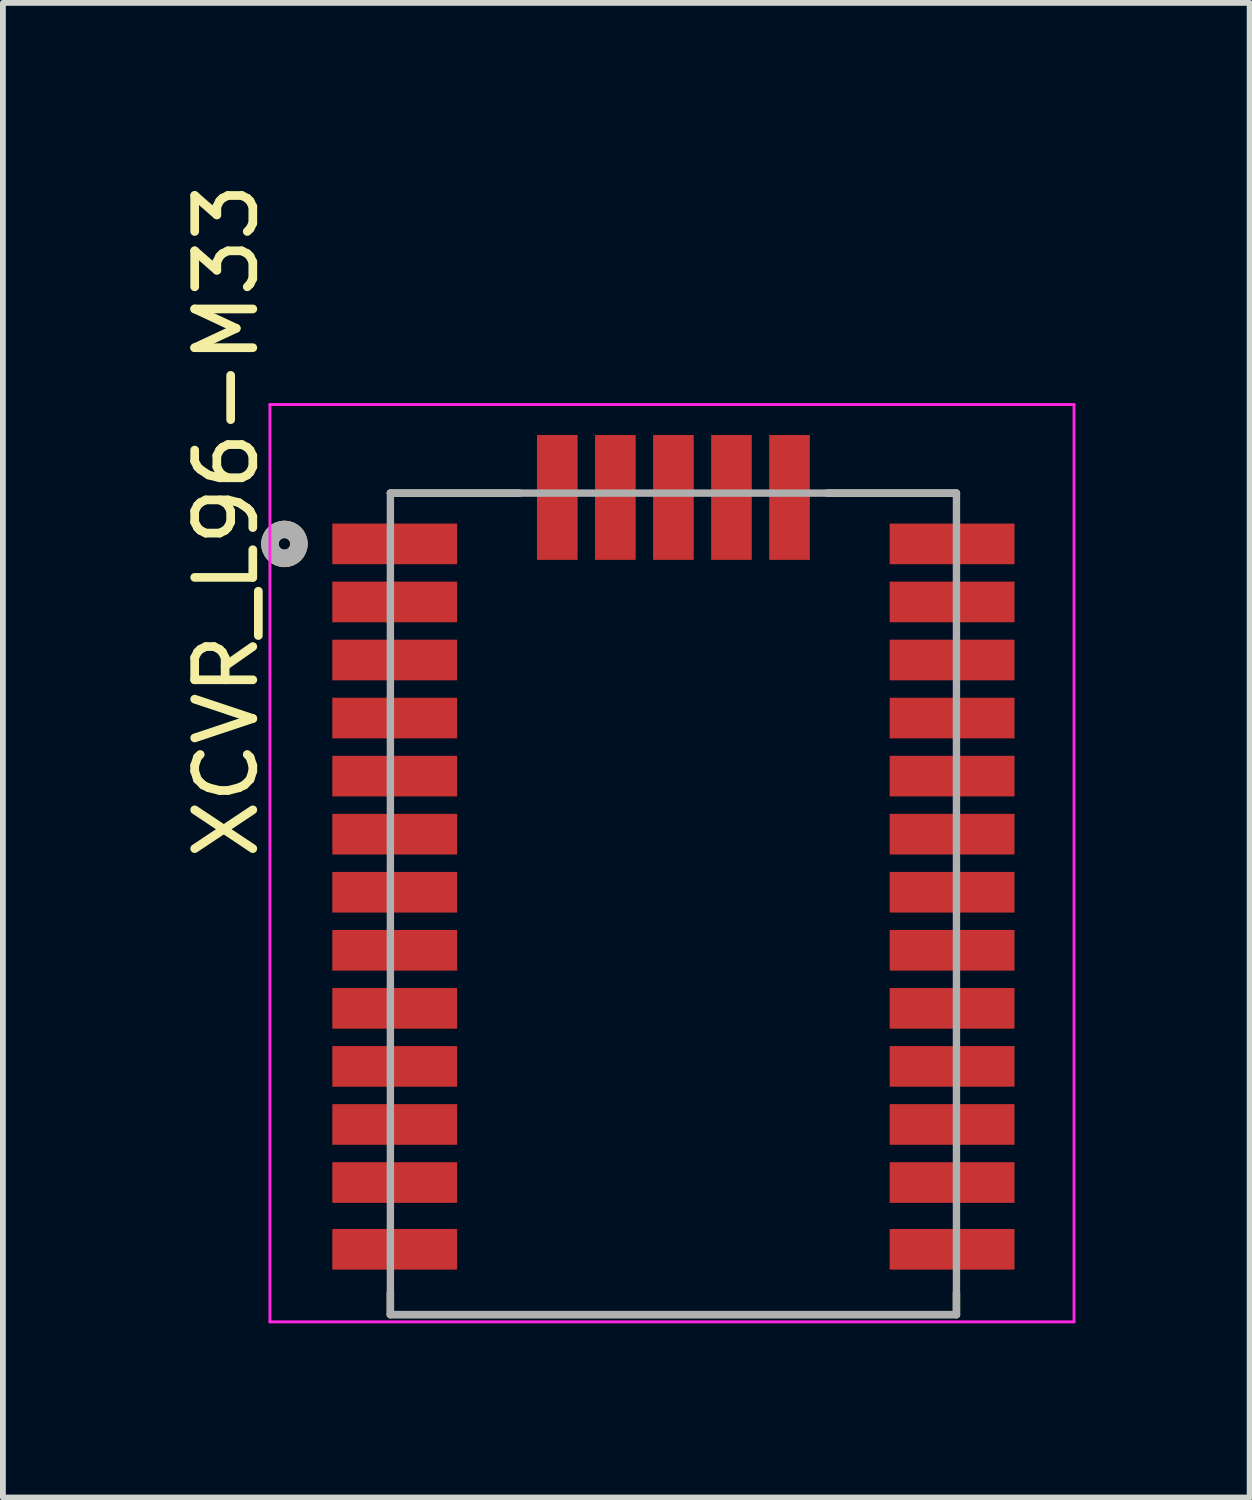
<source format=kicad_pcb>
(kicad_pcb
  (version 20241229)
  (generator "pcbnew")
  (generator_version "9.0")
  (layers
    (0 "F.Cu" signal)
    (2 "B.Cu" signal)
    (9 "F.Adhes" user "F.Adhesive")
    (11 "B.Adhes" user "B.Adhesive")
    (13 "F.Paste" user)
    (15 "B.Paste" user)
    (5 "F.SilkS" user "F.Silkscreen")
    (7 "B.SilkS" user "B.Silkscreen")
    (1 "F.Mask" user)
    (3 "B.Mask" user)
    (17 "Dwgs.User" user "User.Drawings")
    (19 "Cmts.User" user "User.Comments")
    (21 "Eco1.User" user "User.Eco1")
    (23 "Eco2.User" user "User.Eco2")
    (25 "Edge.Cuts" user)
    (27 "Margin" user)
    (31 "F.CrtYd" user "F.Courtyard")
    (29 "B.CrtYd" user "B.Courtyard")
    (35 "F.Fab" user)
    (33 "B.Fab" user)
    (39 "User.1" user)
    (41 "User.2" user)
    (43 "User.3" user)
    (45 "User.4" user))
  (footprint "XCVR_L96-M33"
    (layer "F.Cu")
    (at 8.549 12.518)
    (property "Reference" "XCVR_L96-M33" (at -7.7 -6.6 90) (layer "F.SilkS") (effects (font (size 1.001 1.001) (thickness 0.15))))
    (attr smd)
    (fp_line (start -4.875 -7.075) (end -2.65 -7.075) (stroke (width 0.127) (type solid)) (layer "F.SilkS"))
    (fp_line (start -4.875 6.7) (end -4.875 7.075) (stroke (width 0.127) (type solid)) (layer "F.SilkS"))
    (fp_line (start -4.875 7.075) (end 4.875 7.075) (stroke (width 0.127) (type solid)) (layer "F.SilkS"))
    (fp_line (start 2.65 -7.075) (end 4.875 -7.075) (stroke (width 0.127) (type solid)) (layer "F.SilkS"))
    (fp_line (start 4.875 7.075) (end 4.875 6.7) (stroke (width 0.127) (type solid)) (layer "F.SilkS"))
    (fp_circle (center -6.7 -6.2) (end -6.6 -6.2) (stroke (width 0.3) (type solid)) (fill no) (layer "F.SilkS"))
    (fp_poly (pts (xy -6.275 -6.55) (xy -3.825 -6.55) (xy -3.825 -5.85) (xy -6.275 -5.85)) (stroke (width 0.01) (type solid)) (fill yes) (layer "F.Paste"))
    (fp_poly (pts (xy -6.275 -5.55) (xy -3.825 -5.55) (xy -3.825 -4.85) (xy -6.275 -4.85)) (stroke (width 0.01) (type solid)) (fill yes) (layer "F.Paste"))
    (fp_poly (pts (xy -6.275 -4.55) (xy -3.825 -4.55) (xy -3.825 -3.85) (xy -6.275 -3.85)) (stroke (width 0.01) (type solid)) (fill yes) (layer "F.Paste"))
    (fp_poly (pts (xy -6.275 -3.55) (xy -3.825 -3.55) (xy -3.825 -2.85) (xy -6.275 -2.85)) (stroke (width 0.01) (type solid)) (fill yes) (layer "F.Paste"))
    (fp_poly (pts (xy -6.275 -2.55) (xy -3.825 -2.55) (xy -3.825 -1.85) (xy -6.275 -1.85)) (stroke (width 0.01) (type solid)) (fill yes) (layer "F.Paste"))
    (fp_poly (pts (xy -6.275 -1.55) (xy -3.825 -1.55) (xy -3.825 -0.85) (xy -6.275 -0.85)) (stroke (width 0.01) (type solid)) (fill yes) (layer "F.Paste"))
    (fp_poly (pts (xy -6.275 -0.55) (xy -3.825 -0.55) (xy -3.825 0.15) (xy -6.275 0.15)) (stroke (width 0.01) (type solid)) (fill yes) (layer "F.Paste"))
    (fp_poly (pts (xy -6.275 0.45) (xy -3.825 0.45) (xy -3.825 1.15) (xy -6.275 1.15)) (stroke (width 0.01) (type solid)) (fill yes) (layer "F.Paste"))
    (fp_poly (pts (xy -6.275 1.45) (xy -3.825 1.45) (xy -3.825 2.15) (xy -6.275 2.15)) (stroke (width 0.01) (type solid)) (fill yes) (layer "F.Paste"))
    (fp_poly (pts (xy -6.275 2.45) (xy -3.825 2.45) (xy -3.825 3.15) (xy -6.275 3.15)) (stroke (width 0.01) (type solid)) (fill yes) (layer "F.Paste"))
    (fp_poly (pts (xy -6.275 3.45) (xy -3.825 3.45) (xy -3.825 4.15) (xy -6.275 4.15)) (stroke (width 0.01) (type solid)) (fill yes) (layer "F.Paste"))
    (fp_poly (pts (xy -6.275 4.45) (xy -3.825 4.45) (xy -3.825 5.15) (xy -6.275 5.15)) (stroke (width 0.01) (type solid)) (fill yes) (layer "F.Paste"))
    (fp_poly (pts (xy -6.275 5.6) (xy -3.825 5.6) (xy -3.825 6.3) (xy -6.275 6.3)) (stroke (width 0.01) (type solid)) (fill yes) (layer "F.Paste"))
    (fp_poly (pts (xy -2.35 -8.475) (xy -1.65 -8.475) (xy -1.65 -6.025) (xy -2.35 -6.025)) (stroke (width 0.01) (type solid)) (fill yes) (layer "F.Paste"))
    (fp_poly (pts (xy -1.35 -8.475) (xy -0.65 -8.475) (xy -0.65 -6.025) (xy -1.35 -6.025)) (stroke (width 0.01) (type solid)) (fill yes) (layer "F.Paste"))
    (fp_poly (pts (xy -0.35 -8.475) (xy 0.35 -8.475) (xy 0.35 -6.025) (xy -0.35 -6.025)) (stroke (width 0.01) (type solid)) (fill yes) (layer "F.Paste"))
    (fp_poly (pts (xy 0.65 -8.475) (xy 1.35 -8.475) (xy 1.35 -6.025) (xy 0.65 -6.025)) (stroke (width 0.01) (type solid)) (fill yes) (layer "F.Paste"))
    (fp_poly (pts (xy 1.65 -8.475) (xy 2.35 -8.475) (xy 2.35 -6.025) (xy 1.65 -6.025)) (stroke (width 0.01) (type solid)) (fill yes) (layer "F.Paste"))
    (fp_poly (pts (xy 3.825 -6.55) (xy 6.275 -6.55) (xy 6.275 -5.85) (xy 3.825 -5.85)) (stroke (width 0.01) (type solid)) (fill yes) (layer "F.Paste"))
    (fp_poly (pts (xy 3.825 -5.55) (xy 6.275 -5.55) (xy 6.275 -4.85) (xy 3.825 -4.85)) (stroke (width 0.01) (type solid)) (fill yes) (layer "F.Paste"))
    (fp_poly (pts (xy 3.825 -4.55) (xy 6.275 -4.55) (xy 6.275 -3.85) (xy 3.825 -3.85)) (stroke (width 0.01) (type solid)) (fill yes) (layer "F.Paste"))
    (fp_poly (pts (xy 3.825 -3.55) (xy 6.275 -3.55) (xy 6.275 -2.85) (xy 3.825 -2.85)) (stroke (width 0.01) (type solid)) (fill yes) (layer "F.Paste"))
    (fp_poly (pts (xy 3.825 -2.55) (xy 6.275 -2.55) (xy 6.275 -1.85) (xy 3.825 -1.85)) (stroke (width 0.01) (type solid)) (fill yes) (layer "F.Paste"))
    (fp_poly (pts (xy 3.825 -1.55) (xy 6.275 -1.55) (xy 6.275 -0.85) (xy 3.825 -0.85)) (stroke (width 0.01) (type solid)) (fill yes) (layer "F.Paste"))
    (fp_poly (pts (xy 3.825 -0.55) (xy 6.275 -0.55) (xy 6.275 0.15) (xy 3.825 0.15)) (stroke (width 0.01) (type solid)) (fill yes) (layer "F.Paste"))
    (fp_poly (pts (xy 3.825 0.45) (xy 6.275 0.45) (xy 6.275 1.15) (xy 3.825 1.15)) (stroke (width 0.01) (type solid)) (fill yes) (layer "F.Paste"))
    (fp_poly (pts (xy 3.825 1.45) (xy 6.275 1.45) (xy 6.275 2.15) (xy 3.825 2.15)) (stroke (width 0.01) (type solid)) (fill yes) (layer "F.Paste"))
    (fp_poly (pts (xy 3.825 2.45) (xy 6.275 2.45) (xy 6.275 3.15) (xy 3.825 3.15)) (stroke (width 0.01) (type solid)) (fill yes) (layer "F.Paste"))
    (fp_poly (pts (xy 3.825 3.45) (xy 6.275 3.45) (xy 6.275 4.15) (xy 3.825 4.15)) (stroke (width 0.01) (type solid)) (fill yes) (layer "F.Paste"))
    (fp_poly (pts (xy 3.825 4.45) (xy 6.275 4.45) (xy 6.275 5.15) (xy 3.825 5.15)) (stroke (width 0.01) (type solid)) (fill yes) (layer "F.Paste"))
    (fp_poly (pts (xy 3.825 5.6) (xy 6.275 5.6) (xy 6.275 6.3) (xy 3.825 6.3)) (stroke (width 0.01) (type solid)) (fill yes) (layer "F.Paste"))
    (fp_line (start -6.95 -8.6) (end -6.95 7.2) (stroke (width 0.05) (type solid)) (layer "F.CrtYd"))
    (fp_line (start -6.95 7.2) (end 6.9 7.2) (stroke (width 0.05) (type solid)) (layer "F.CrtYd"))
    (fp_line (start 6.9 -8.6) (end -6.95 -8.6) (stroke (width 0.05) (type solid)) (layer "F.CrtYd"))
    (fp_line (start 6.9 7.2) (end 6.9 -8.6) (stroke (width 0.05) (type solid)) (layer "F.CrtYd"))
    (fp_line (start -4.875 -7.075) (end 4.875 -7.075) (stroke (width 0.127) (type solid)) (layer "F.Fab"))
    (fp_line (start -4.875 7.075) (end -4.875 -7.075) (stroke (width 0.127) (type solid)) (layer "F.Fab"))
    (fp_line (start 4.875 -7.075) (end 4.875 7.075) (stroke (width 0.127) (type solid)) (layer "F.Fab"))
    (fp_line (start 4.875 7.075) (end -4.875 7.075) (stroke (width 0.127) (type solid)) (layer "F.Fab"))
    (fp_circle (center -6.7 -6.2) (end -6.6 -6.2) (stroke (width 0.3) (type solid)) (fill no) (layer "F.Fab"))
    (pad "1" smd rect (at -4.8 -6.2) (size 2.15 0.7) (layers "F.Cu" "F.Mask"))
    (pad "2" smd rect (at -4.8 -5.2) (size 2.15 0.7) (layers "F.Cu" "F.Mask"))
    (pad "3" smd rect (at -4.8 -4.2) (size 2.15 0.7) (layers "F.Cu" "F.Mask"))
    (pad "4" smd rect (at -4.8 -3.2) (size 2.15 0.7) (layers "F.Cu" "F.Mask"))
    (pad "5" smd rect (at -4.8 -2.2) (size 2.15 0.7) (layers "F.Cu" "F.Mask"))
    (pad "6" smd rect (at -4.8 -1.2) (size 2.15 0.7) (layers "F.Cu" "F.Mask"))
    (pad "7" smd rect (at -4.8 -0.2) (size 2.15 0.7) (layers "F.Cu" "F.Mask"))
    (pad "8" smd rect (at -4.8 0.8) (size 2.15 0.7) (layers "F.Cu" "F.Mask"))
    (pad "9" smd rect (at -4.8 1.8) (size 2.15 0.7) (layers "F.Cu" "F.Mask"))
    (pad "10" smd rect (at -4.8 2.8) (size 2.15 0.7) (layers "F.Cu" "F.Mask"))
    (pad "11" smd rect (at -4.8 3.8) (size 2.15 0.7) (layers "F.Cu" "F.Mask"))
    (pad "12" smd rect (at -4.8 4.8) (size 2.15 0.7) (layers "F.Cu" "F.Mask"))
    (pad "13" smd rect (at -4.8 5.95) (size 2.15 0.7) (layers "F.Cu" "F.Mask"))
    (pad "14" smd rect (at 4.8 5.95) (size 2.15 0.7) (layers "F.Cu" "F.Mask"))
    (pad "15" smd rect (at 4.8 4.8) (size 2.15 0.7) (layers "F.Cu" "F.Mask"))
    (pad "16" smd rect (at 4.8 3.8) (size 2.15 0.7) (layers "F.Cu" "F.Mask"))
    (pad "17" smd rect (at 4.8 2.8) (size 2.15 0.7) (layers "F.Cu" "F.Mask"))
    (pad "18" smd rect (at 4.8 1.8) (size 2.15 0.7) (layers "F.Cu" "F.Mask"))
    (pad "19" smd rect (at 4.8 0.8) (size 2.15 0.7) (layers "F.Cu" "F.Mask"))
    (pad "20" smd rect (at 4.8 -0.2) (size 2.15 0.7) (layers "F.Cu" "F.Mask"))
    (pad "21" smd rect (at 4.8 -1.2) (size 2.15 0.7) (layers "F.Cu" "F.Mask"))
    (pad "22" smd rect (at 4.8 -2.2) (size 2.15 0.7) (layers "F.Cu" "F.Mask"))
    (pad "23" smd rect (at 4.8 -3.2) (size 2.15 0.7) (layers "F.Cu" "F.Mask"))
    (pad "24" smd rect (at 4.8 -4.2) (size 2.15 0.7) (layers "F.Cu" "F.Mask"))
    (pad "25" smd rect (at 4.8 -5.2) (size 2.15 0.7) (layers "F.Cu" "F.Mask"))
    (pad "26" smd rect (at 4.8 -6.2) (size 2.15 0.7) (layers "F.Cu" "F.Mask"))
    (pad "27" smd rect (at 2 -7 90) (size 2.15 0.7) (layers "F.Cu" "F.Mask"))
    (pad "28" smd rect (at 1 -7 90) (size 2.15 0.7) (layers "F.Cu" "F.Mask"))
    (pad "29" smd rect (at 0 -7 90) (size 2.15 0.7) (layers "F.Cu" "F.Mask"))
    (pad "30" smd rect (at -1 -7 90) (size 2.15 0.7) (layers "F.Cu" "F.Mask"))
    (pad "31" smd rect (at -2 -7 90) (size 2.15 0.7) (layers "F.Cu" "F.Mask"))
    (zone (net_name "") (layers "F.Cu" "B.Cu") (name "antennaKeepout") (hatch edge 0.5) (connect_pads) (min_thickness 0.25) (filled_areas_thickness no) (keepout (tracks not_allowed) (vias not_allowed) (pads allowed) (copperpour not_allowed) (footprints allowed)) (placement (enabled no)) (fill) (polygon (pts (xy 3.749 19.718) (xy 13.349 19.718) (xy 13.349 14.668) (xy 9.249 14.618) (xy 9.249 13.718) (xy 7.849 13.718) (xy 7.849 14.618) (xy 3.749 14.668)))))
  (gr_rect
    (start -3 -3)
    (end 18.474 22.743)
    (stroke (width 0.1) (type default))
    (fill no)
    (layer "Edge.Cuts")))
</source>
